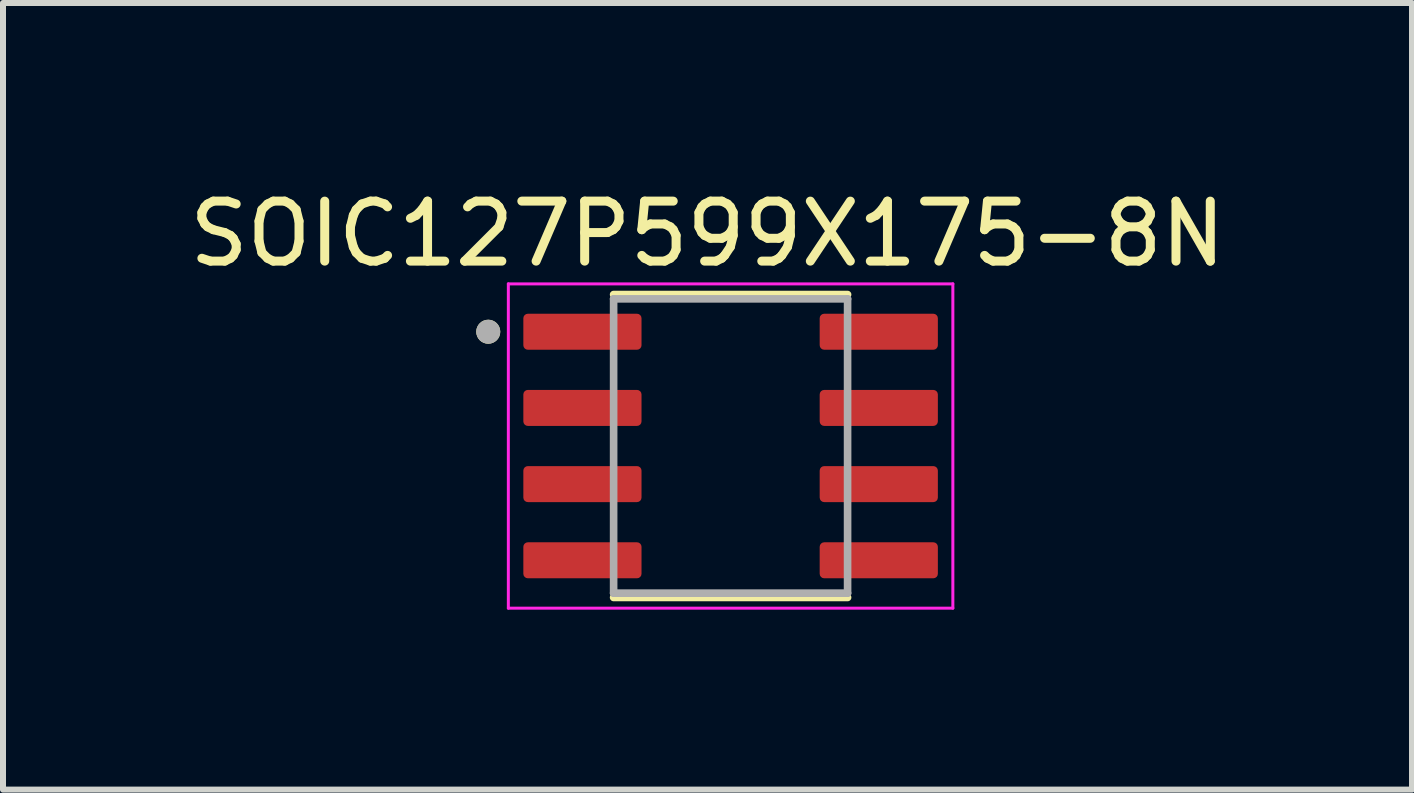
<source format=kicad_pcb>
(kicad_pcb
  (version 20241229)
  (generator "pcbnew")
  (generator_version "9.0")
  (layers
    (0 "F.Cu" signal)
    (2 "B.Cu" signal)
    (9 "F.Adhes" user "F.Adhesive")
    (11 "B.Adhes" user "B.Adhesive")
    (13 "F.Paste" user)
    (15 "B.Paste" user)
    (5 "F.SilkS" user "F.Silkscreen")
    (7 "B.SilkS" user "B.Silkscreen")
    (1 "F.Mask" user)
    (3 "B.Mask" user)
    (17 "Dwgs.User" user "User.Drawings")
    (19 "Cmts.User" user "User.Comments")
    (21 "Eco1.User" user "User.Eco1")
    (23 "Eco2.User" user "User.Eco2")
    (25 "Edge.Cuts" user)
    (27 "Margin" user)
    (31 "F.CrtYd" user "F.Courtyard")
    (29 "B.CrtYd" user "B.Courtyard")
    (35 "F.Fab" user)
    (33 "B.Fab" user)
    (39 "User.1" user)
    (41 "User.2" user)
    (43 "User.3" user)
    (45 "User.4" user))
  (footprint "SOIC127P599X175-8N"
    (layer "F.Cu")
    (at 9.129 4.385)
    (property "Reference" "SOIC127P599X175-8N" (at -0.385 -3.537 0) (layer "F.SilkS") (effects (font (size 1 1) (thickness 0.15))))
    (attr smd)
    (fp_line (start -1.95 -2.525) (end 1.95 -2.525) (stroke (width 0.127) (type solid)) (layer "F.SilkS"))
    (fp_line (start -1.95 2.525) (end 1.95 2.525) (stroke (width 0.127) (type solid)) (layer "F.SilkS"))
    (fp_circle (center -4.04 -1.905) (end -3.94 -1.905) (stroke (width 0.2) (type solid)) (fill no) (layer "F.SilkS"))
    (fp_line (start -3.705 -2.703) (end -3.705 2.703) (stroke (width 0.05) (type solid)) (layer "F.CrtYd"))
    (fp_line (start -3.705 -2.703) (end 3.705 -2.703) (stroke (width 0.05) (type solid)) (layer "F.CrtYd"))
    (fp_line (start -3.705 2.703) (end 3.705 2.703) (stroke (width 0.05) (type solid)) (layer "F.CrtYd"))
    (fp_line (start 3.705 -2.703) (end 3.705 2.703) (stroke (width 0.05) (type solid)) (layer "F.CrtYd"))
    (fp_line (start -1.95 -2.453) (end -1.95 2.453) (stroke (width 0.127) (type solid)) (layer "F.Fab"))
    (fp_line (start -1.95 -2.453) (end 1.95 -2.453) (stroke (width 0.127) (type solid)) (layer "F.Fab"))
    (fp_line (start -1.95 2.453) (end 1.95 2.453) (stroke (width 0.127) (type solid)) (layer "F.Fab"))
    (fp_line (start 1.95 -2.453) (end 1.95 2.453) (stroke (width 0.127) (type solid)) (layer "F.Fab"))
    (fp_circle (center -4.04 -1.905) (end -3.94 -1.905) (stroke (width 0.2) (type solid)) (fill no) (layer "F.Fab"))
    (pad "1" smd roundrect (at -2.47 -1.905) (size 1.97 0.6) (layers "F.Cu" "F.Mask" "F.Paste") (roundrect_rratio 0.125))
    (pad "2" smd roundrect (at -2.47 -0.635) (size 1.97 0.6) (layers "F.Cu" "F.Mask" "F.Paste") (roundrect_rratio 0.125))
    (pad "3" smd roundrect (at -2.47 0.635) (size 1.97 0.6) (layers "F.Cu" "F.Mask" "F.Paste") (roundrect_rratio 0.125))
    (pad "4" smd roundrect (at -2.47 1.905) (size 1.97 0.6) (layers "F.Cu" "F.Mask" "F.Paste") (roundrect_rratio 0.125))
    (pad "5" smd roundrect (at 2.47 1.905) (size 1.97 0.6) (layers "F.Cu" "F.Mask" "F.Paste") (roundrect_rratio 0.125))
    (pad "6" smd roundrect (at 2.47 0.635) (size 1.97 0.6) (layers "F.Cu" "F.Mask" "F.Paste") (roundrect_rratio 0.125))
    (pad "7" smd roundrect (at 2.47 -0.635) (size 1.97 0.6) (layers "F.Cu" "F.Mask" "F.Paste") (roundrect_rratio 0.125))
    (pad "8" smd roundrect (at 2.47 -1.905) (size 1.97 0.6) (layers "F.Cu" "F.Mask" "F.Paste") (roundrect_rratio 0.125)))
  (gr_rect
    (start -3 -3)
    (end 20.488 10.113)
    (stroke (width 0.1) (type default))
    (fill no)
    (layer "Edge.Cuts")))
</source>
